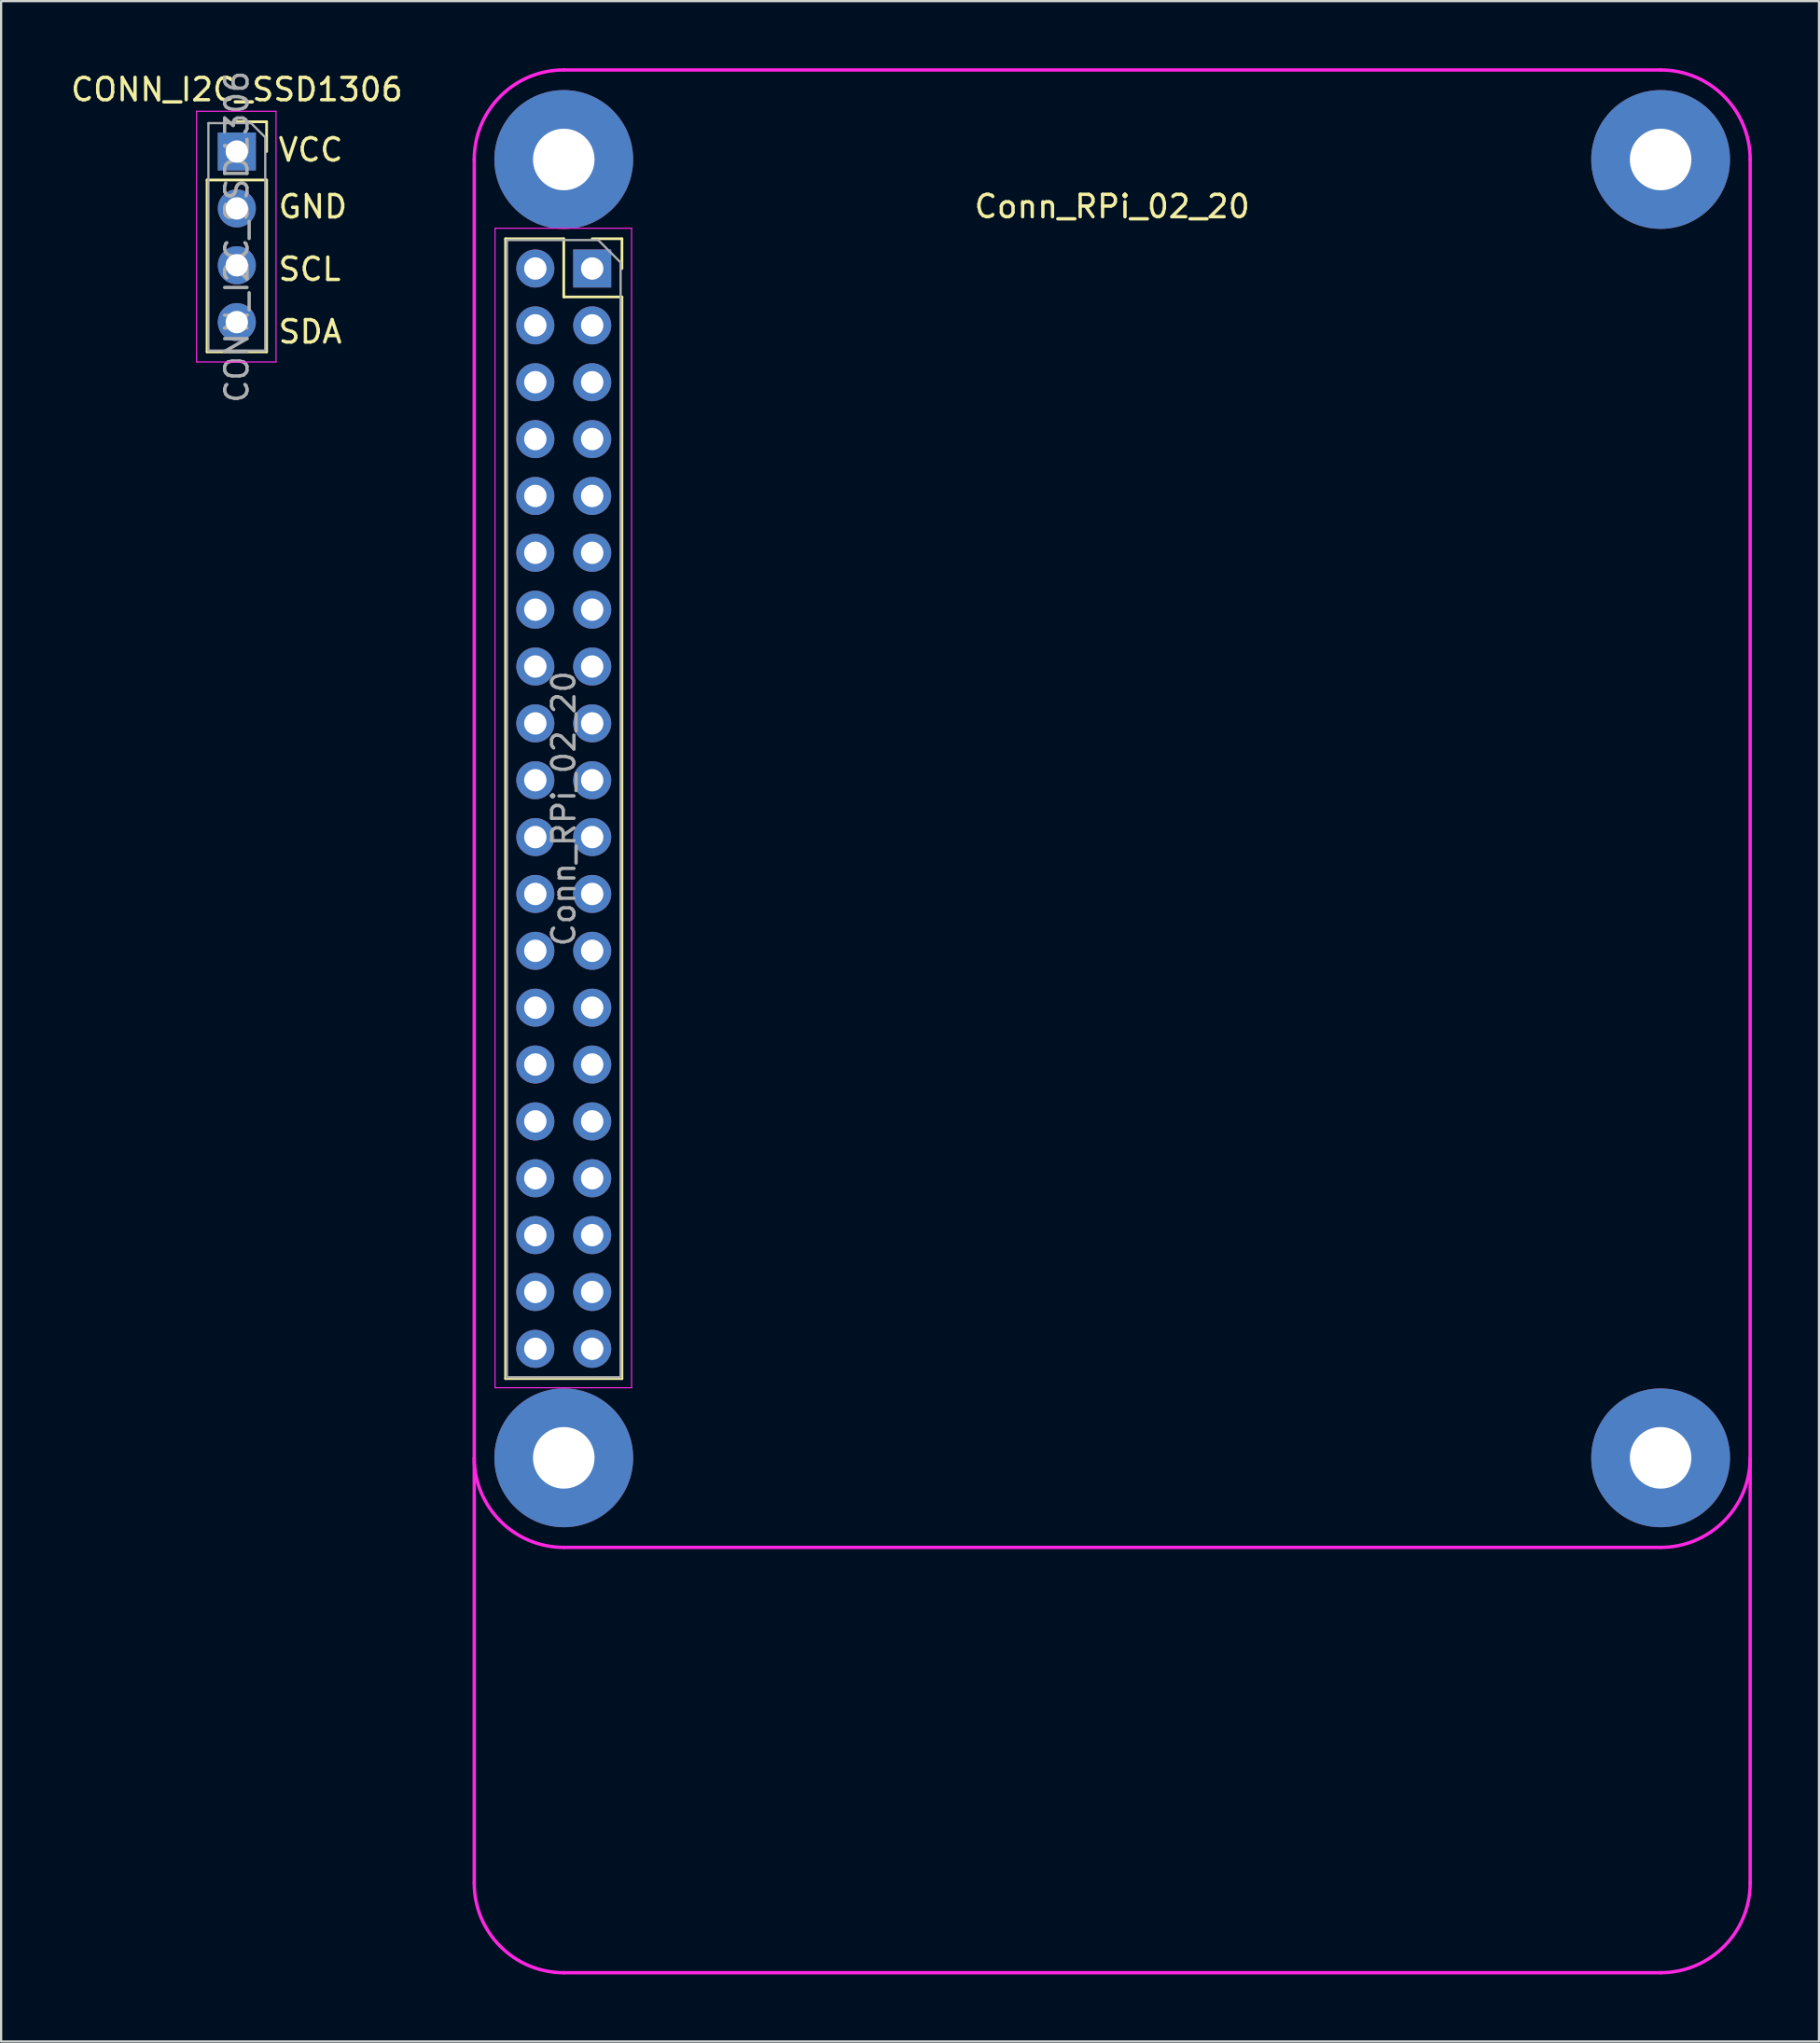
<source format=kicad_pcb>
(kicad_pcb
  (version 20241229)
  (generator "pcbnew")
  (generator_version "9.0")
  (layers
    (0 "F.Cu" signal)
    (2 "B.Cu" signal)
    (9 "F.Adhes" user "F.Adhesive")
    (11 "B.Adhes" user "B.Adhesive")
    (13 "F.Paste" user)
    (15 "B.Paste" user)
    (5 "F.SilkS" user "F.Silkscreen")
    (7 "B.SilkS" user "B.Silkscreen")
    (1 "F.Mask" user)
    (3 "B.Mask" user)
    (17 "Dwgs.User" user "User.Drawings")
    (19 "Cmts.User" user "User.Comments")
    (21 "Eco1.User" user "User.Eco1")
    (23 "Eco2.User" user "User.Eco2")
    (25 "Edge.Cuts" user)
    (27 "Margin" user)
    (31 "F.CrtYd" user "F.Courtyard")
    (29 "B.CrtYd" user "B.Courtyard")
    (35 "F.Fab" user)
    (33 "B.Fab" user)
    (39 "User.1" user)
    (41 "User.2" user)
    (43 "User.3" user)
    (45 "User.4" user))
  (footprint "Conn_RPi_02_20"
    (layer "F.Cu")
    (at 46.635 33.075)
    (property "Reference" "Conn_RPi_02_20" (at 0 -26.9 0) (layer "F.SilkS") (effects (font (size 1 1) (thickness 0.15))))
    (attr through_hole)
    (fp_line (start -27.1 -25.46) (end -27.1 25.46) (stroke (width 0.12) (type solid)) (layer "F.SilkS"))
    (fp_line (start -27.1 -25.46) (end -24.5 -25.46) (stroke (width 0.12) (type solid)) (layer "F.SilkS"))
    (fp_line (start -27.1 25.46) (end -21.9 25.46) (stroke (width 0.12) (type solid)) (layer "F.SilkS"))
    (fp_line (start -24.5 -25.46) (end -24.5 -22.86) (stroke (width 0.12) (type solid)) (layer "F.SilkS"))
    (fp_line (start -24.5 -22.86) (end -21.9 -22.86) (stroke (width 0.12) (type solid)) (layer "F.SilkS"))
    (fp_line (start -23.23 -25.46) (end -21.9 -25.46) (stroke (width 0.12) (type solid)) (layer "F.SilkS"))
    (fp_line (start -21.9 -25.46) (end -21.9 -24.13) (stroke (width 0.12) (type solid)) (layer "F.SilkS"))
    (fp_line (start -21.9 -22.86) (end -21.9 25.46) (stroke (width 0.12) (type solid)) (layer "F.SilkS"))
    (fp_line (start -28.5 -29) (end -28.5 48) (stroke (width 0.15) (type solid)) (layer "F.CrtYd"))
    (fp_line (start -27.57 -25.93) (end -21.47 -25.93) (stroke (width 0.05) (type solid)) (layer "F.CrtYd"))
    (fp_line (start -27.57 25.87) (end -27.57 -25.93) (stroke (width 0.05) (type solid)) (layer "F.CrtYd"))
    (fp_line (start -24.5 -33) (end 24.5 -33) (stroke (width 0.15) (type solid)) (layer "F.CrtYd"))
    (fp_line (start -24.5 33) (end 24.5 33) (stroke (width 0.15) (type solid)) (layer "F.CrtYd"))
    (fp_line (start -24.5 52) (end 24.5 52) (stroke (width 0.15) (type solid)) (layer "F.CrtYd"))
    (fp_line (start -21.47 -25.93) (end -21.47 25.87) (stroke (width 0.05) (type solid)) (layer "F.CrtYd"))
    (fp_line (start -21.47 25.87) (end -27.57 25.87) (stroke (width 0.05) (type solid)) (layer "F.CrtYd"))
    (fp_line (start 28.5 48) (end 28.5 -29) (stroke (width 0.15) (type solid)) (layer "F.CrtYd"))
    (fp_arc (start -28.5 -29) (mid -27.328427 -31.828427) (end -24.5 -33) (stroke (width 0.15) (type solid)) (layer "F.CrtYd"))
    (fp_arc (start -24.5 33) (mid -27.328427 31.828427) (end -28.5 29) (stroke (width 0.15) (type solid)) (layer "F.CrtYd"))
    (fp_arc (start -24.5 52) (mid -27.328427 50.828427) (end -28.5 48) (stroke (width 0.15) (type solid)) (layer "F.CrtYd"))
    (fp_arc (start 24.5 -33) (mid 27.328427 -31.828427) (end 28.5 -29) (stroke (width 0.15) (type solid)) (layer "F.CrtYd"))
    (fp_arc (start 28.5 29) (mid 27.328427 31.828427) (end 24.5 33) (stroke (width 0.15) (type solid)) (layer "F.CrtYd"))
    (fp_arc (start 28.5 48) (mid 27.328427 50.828427) (end 24.5 52) (stroke (width 0.15) (type solid)) (layer "F.CrtYd"))
    (fp_line (start -27.04 -25.4) (end -22.96 -25.4) (stroke (width 0.1) (type solid)) (layer "F.Fab"))
    (fp_line (start -27.04 25.4) (end -27.04 -25.4) (stroke (width 0.1) (type solid)) (layer "F.Fab"))
    (fp_line (start -22.96 -25.4) (end -21.96 -24.4) (stroke (width 0.1) (type solid)) (layer "F.Fab"))
    (fp_line (start -21.96 -24.4) (end -21.96 25.4) (stroke (width 0.1) (type solid)) (layer "F.Fab"))
    (fp_line (start -21.96 25.4) (end -27.04 25.4) (stroke (width 0.1) (type solid)) (layer "F.Fab"))
    (fp_text user "${REFERENCE}" (at -24.5 0 90) (layer "F.Fab") (effects (font (size 1 1) (thickness 0.15))))
    (pad "" np_thru_hole circle (at -24.5 -29) (size 6.2 6.2) (drill 2.75) (layers "*.Cu" "*.Mask"))
    (pad "" np_thru_hole circle (at -24.5 29) (size 6.2 6.2) (drill 2.75) (layers "*.Cu" "*.Mask"))
    (pad "" np_thru_hole circle (at 24.5 -29) (size 6.2 6.2) (drill 2.75) (layers "*.Cu" "*.Mask"))
    (pad "" np_thru_hole circle (at 24.5 29) (size 6.2 6.2) (drill 2.75) (layers "*.Cu" "*.Mask"))
    (pad "1" thru_hole rect (at -23.23 -24.13) (size 1.7 1.7) (drill 1) (layers "*.Cu" "*.Mask"))
    (pad "2" thru_hole oval (at -25.77 -24.13) (size 1.7 1.7) (drill 1) (layers "*.Cu" "*.Mask"))
    (pad "3" thru_hole oval (at -23.23 -21.59) (size 1.7 1.7) (drill 1) (layers "*.Cu" "*.Mask"))
    (pad "4" thru_hole oval (at -25.77 -21.59) (size 1.7 1.7) (drill 1) (layers "*.Cu" "*.Mask"))
    (pad "5" thru_hole oval (at -23.23 -19.05) (size 1.7 1.7) (drill 1) (layers "*.Cu" "*.Mask"))
    (pad "6" thru_hole oval (at -25.77 -19.05) (size 1.7 1.7) (drill 1) (layers "*.Cu" "*.Mask"))
    (pad "7" thru_hole oval (at -23.23 -16.51) (size 1.7 1.7) (drill 1) (layers "*.Cu" "*.Mask"))
    (pad "8" thru_hole oval (at -25.77 -16.51) (size 1.7 1.7) (drill 1) (layers "*.Cu" "*.Mask"))
    (pad "9" thru_hole oval (at -23.23 -13.97) (size 1.7 1.7) (drill 1) (layers "*.Cu" "*.Mask"))
    (pad "10" thru_hole oval (at -25.77 -13.97) (size 1.7 1.7) (drill 1) (layers "*.Cu" "*.Mask"))
    (pad "11" thru_hole oval (at -23.23 -11.43) (size 1.7 1.7) (drill 1) (layers "*.Cu" "*.Mask"))
    (pad "12" thru_hole oval (at -25.77 -11.43) (size 1.7 1.7) (drill 1) (layers "*.Cu" "*.Mask"))
    (pad "13" thru_hole oval (at -23.23 -8.89) (size 1.7 1.7) (drill 1) (layers "*.Cu" "*.Mask"))
    (pad "14" thru_hole oval (at -25.77 -8.89) (size 1.7 1.7) (drill 1) (layers "*.Cu" "*.Mask"))
    (pad "15" thru_hole oval (at -23.23 -6.35) (size 1.7 1.7) (drill 1) (layers "*.Cu" "*.Mask"))
    (pad "16" thru_hole oval (at -25.77 -6.35) (size 1.7 1.7) (drill 1) (layers "*.Cu" "*.Mask"))
    (pad "17" thru_hole oval (at -23.23 -3.81) (size 1.7 1.7) (drill 1) (layers "*.Cu" "*.Mask"))
    (pad "18" thru_hole oval (at -25.77 -3.81) (size 1.7 1.7) (drill 1) (layers "*.Cu" "*.Mask"))
    (pad "19" thru_hole oval (at -23.23 -1.27) (size 1.7 1.7) (drill 1) (layers "*.Cu" "*.Mask"))
    (pad "20" thru_hole oval (at -25.77 -1.27) (size 1.7 1.7) (drill 1) (layers "*.Cu" "*.Mask"))
    (pad "21" thru_hole oval (at -23.23 1.27) (size 1.7 1.7) (drill 1) (layers "*.Cu" "*.Mask"))
    (pad "22" thru_hole oval (at -25.77 1.27) (size 1.7 1.7) (drill 1) (layers "*.Cu" "*.Mask"))
    (pad "23" thru_hole oval (at -23.23 3.81) (size 1.7 1.7) (drill 1) (layers "*.Cu" "*.Mask"))
    (pad "24" thru_hole oval (at -25.77 3.81) (size 1.7 1.7) (drill 1) (layers "*.Cu" "*.Mask"))
    (pad "25" thru_hole oval (at -23.23 6.35) (size 1.7 1.7) (drill 1) (layers "*.Cu" "*.Mask"))
    (pad "26" thru_hole oval (at -25.77 6.35) (size 1.7 1.7) (drill 1) (layers "*.Cu" "*.Mask"))
    (pad "27" thru_hole oval (at -23.23 8.89) (size 1.7 1.7) (drill 1) (layers "*.Cu" "*.Mask"))
    (pad "28" thru_hole oval (at -25.77 8.89) (size 1.7 1.7) (drill 1) (layers "*.Cu" "*.Mask"))
    (pad "29" thru_hole oval (at -23.23 11.43) (size 1.7 1.7) (drill 1) (layers "*.Cu" "*.Mask"))
    (pad "30" thru_hole oval (at -25.77 11.43) (size 1.7 1.7) (drill 1) (layers "*.Cu" "*.Mask"))
    (pad "31" thru_hole oval (at -23.23 13.97) (size 1.7 1.7) (drill 1) (layers "*.Cu" "*.Mask"))
    (pad "32" thru_hole oval (at -25.77 13.97) (size 1.7 1.7) (drill 1) (layers "*.Cu" "*.Mask"))
    (pad "33" thru_hole oval (at -23.23 16.51) (size 1.7 1.7) (drill 1) (layers "*.Cu" "*.Mask"))
    (pad "34" thru_hole oval (at -25.77 16.51) (size 1.7 1.7) (drill 1) (layers "*.Cu" "*.Mask"))
    (pad "35" thru_hole oval (at -23.23 19.05) (size 1.7 1.7) (drill 1) (layers "*.Cu" "*.Mask"))
    (pad "36" thru_hole oval (at -25.77 19.05) (size 1.7 1.7) (drill 1) (layers "*.Cu" "*.Mask"))
    (pad "37" thru_hole oval (at -23.23 21.59) (size 1.7 1.7) (drill 1) (layers "*.Cu" "*.Mask"))
    (pad "38" thru_hole oval (at -25.77 21.59) (size 1.7 1.7) (drill 1) (layers "*.Cu" "*.Mask"))
    (pad "39" thru_hole oval (at -23.23 24.13) (size 1.7 1.7) (drill 1) (layers "*.Cu" "*.Mask"))
    (pad "40" thru_hole oval (at -25.77 24.13) (size 1.7 1.7) (drill 1) (layers "*.Cu" "*.Mask")))
  (footprint "CONN_I2C_SSD1306"
    (layer "F.Cu")
    (at 7.53 3.72)
    (property "Reference" "CONN_I2C_SSD1306" (at 0 -2.77 0) (layer "F.SilkS") (effects (font (size 1 1) (thickness 0.15))))
    (attr through_hole)
    (fp_line (start -1.33 1.27) (end -1.33 8.95) (stroke (width 0.12) (type solid)) (layer "F.SilkS"))
    (fp_line (start -1.33 1.27) (end 1.33 1.27) (stroke (width 0.12) (type solid)) (layer "F.SilkS"))
    (fp_line (start -1.33 8.95) (end 1.33 8.95) (stroke (width 0.12) (type solid)) (layer "F.SilkS"))
    (fp_line (start 0 -1.33) (end 1.33 -1.33) (stroke (width 0.12) (type solid)) (layer "F.SilkS"))
    (fp_line (start 1.33 -1.33) (end 1.33 0) (stroke (width 0.12) (type solid)) (layer "F.SilkS"))
    (fp_line (start 1.33 1.27) (end 1.33 8.95) (stroke (width 0.12) (type solid)) (layer "F.SilkS"))
    (fp_line (start -1.8 -1.8) (end 1.75 -1.8) (stroke (width 0.05) (type solid)) (layer "F.CrtYd"))
    (fp_line (start -1.8 9.4) (end -1.8 -1.8) (stroke (width 0.05) (type solid)) (layer "F.CrtYd"))
    (fp_line (start 1.75 -1.8) (end 1.75 9.4) (stroke (width 0.05) (type solid)) (layer "F.CrtYd"))
    (fp_line (start 1.75 9.4) (end -1.8 9.4) (stroke (width 0.05) (type solid)) (layer "F.CrtYd"))
    (fp_line (start -1.27 -1.27) (end 0.635 -1.27) (stroke (width 0.1) (type solid)) (layer "F.Fab"))
    (fp_line (start -1.27 8.89) (end -1.27 -1.27) (stroke (width 0.1) (type solid)) (layer "F.Fab"))
    (fp_line (start 0.635 -1.27) (end 1.27 -0.635) (stroke (width 0.1) (type solid)) (layer "F.Fab"))
    (fp_line (start 1.27 -0.635) (end 1.27 8.89) (stroke (width 0.1) (type solid)) (layer "F.Fab"))
    (fp_line (start 1.27 8.89) (end -1.27 8.89) (stroke (width 0.1) (type solid)) (layer "F.Fab"))
    (fp_text user "SCL" (at 3.254 5.258 0) (layer "F.SilkS") (effects (font (size 1 1) (thickness 0.15))))
    (fp_text user "VCC" (at 3.302 -0.076 0) (layer "F.SilkS") (effects (font (size 1 1) (thickness 0.15))))
    (fp_text user "SDA" (at 3.278 8.052 0) (layer "F.SilkS") (effects (font (size 1 1) (thickness 0.15))))
    (fp_text user "GND" (at 3.397 2.464 0) (layer "F.SilkS") (effects (font (size 1 1) (thickness 0.15))))
    (fp_text user "${REFERENCE}" (at 0 3.81 90) (layer "F.Fab") (effects (font (size 1 1) (thickness 0.15))))
    (pad "GND" thru_hole rect (at 0 0) (size 1.7 1.7) (drill 1) (layers "*.Cu" "*.Mask"))
    (pad "SCL" thru_hole oval (at 0 5.08) (size 1.7 1.7) (drill 1) (layers "*.Cu" "*.Mask"))
    (pad "SDA" thru_hole oval (at 0 7.62) (size 1.7 1.7) (drill 1) (layers "*.Cu" "*.Mask"))
    (pad "VCC" thru_hole oval (at 0 2.54) (size 1.7 1.7) (drill 1) (layers "*.Cu" "*.Mask")))
  (gr_rect
    (start -3 -3)
    (end 78.21 88.15)
    (stroke (width 0.1) (type default))
    (fill no)
    (layer "Edge.Cuts")))
</source>
